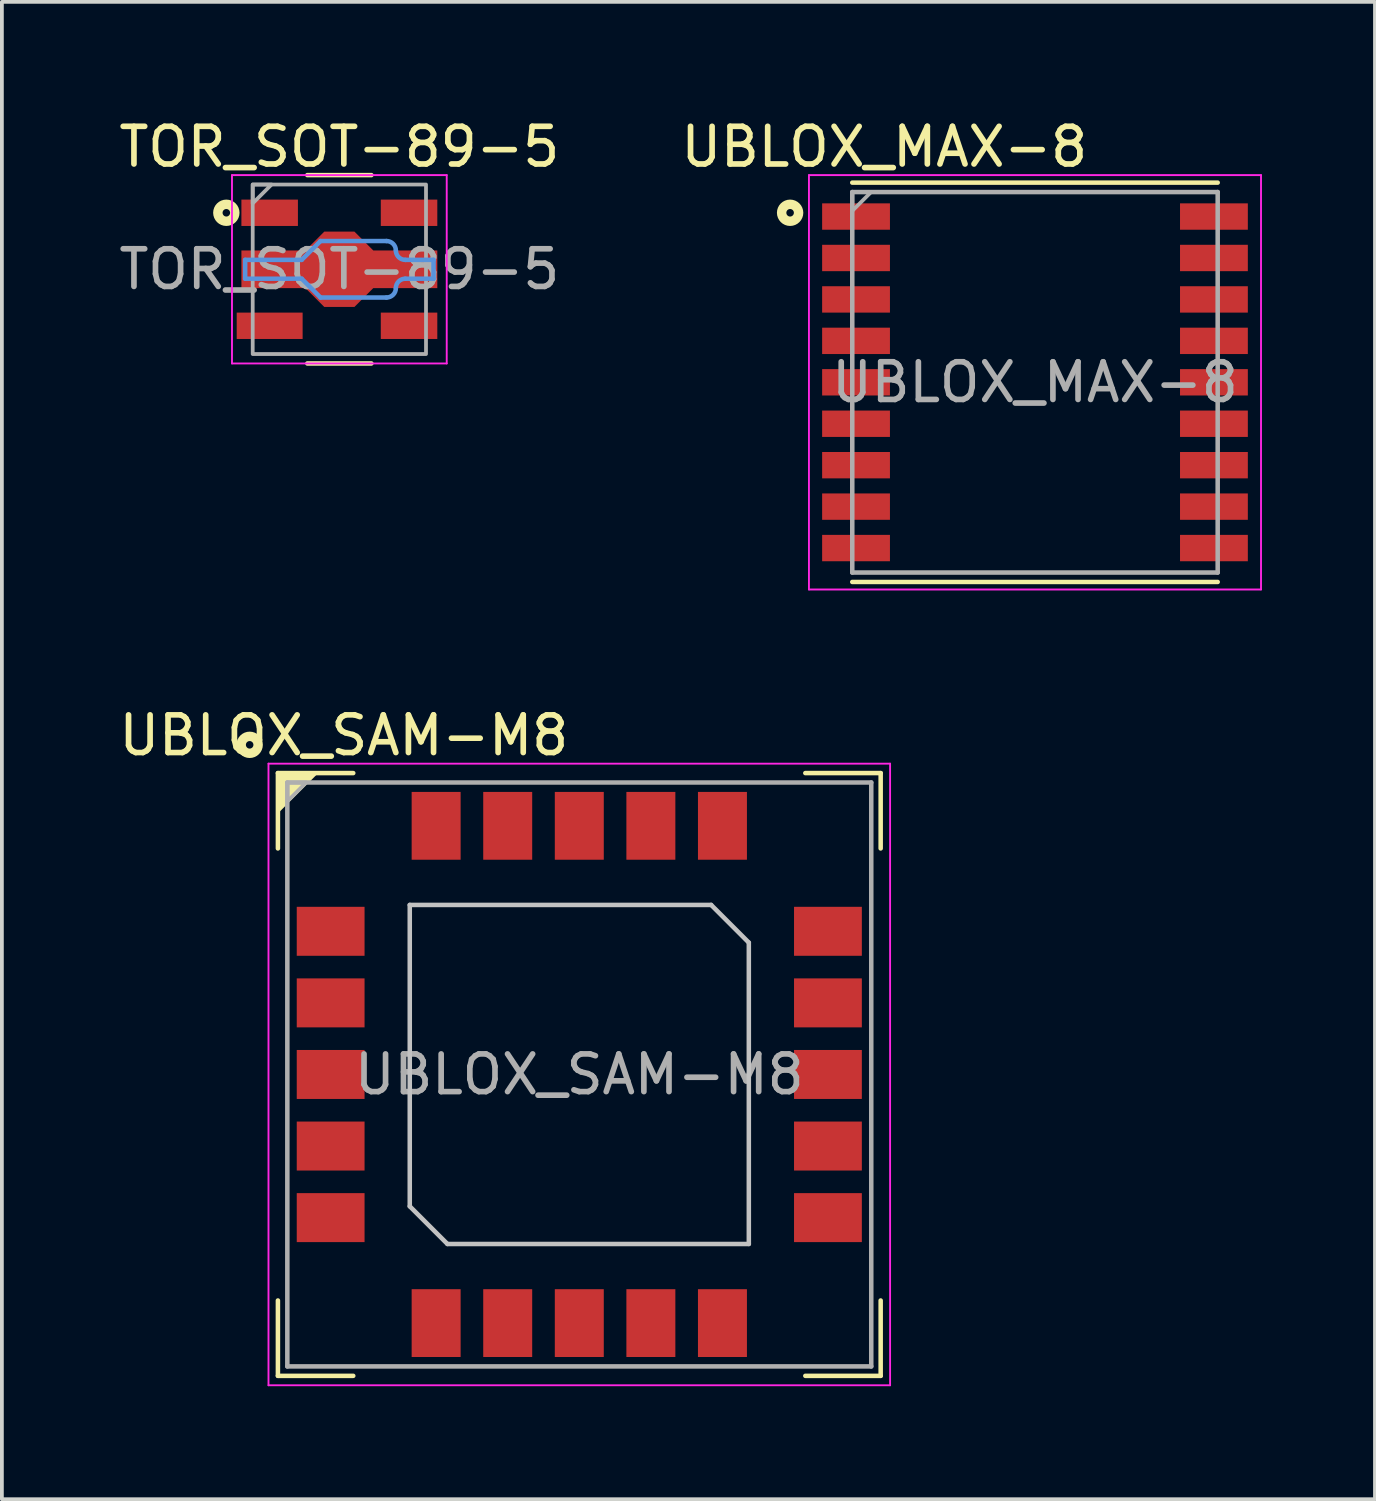
<source format=kicad_pcb>
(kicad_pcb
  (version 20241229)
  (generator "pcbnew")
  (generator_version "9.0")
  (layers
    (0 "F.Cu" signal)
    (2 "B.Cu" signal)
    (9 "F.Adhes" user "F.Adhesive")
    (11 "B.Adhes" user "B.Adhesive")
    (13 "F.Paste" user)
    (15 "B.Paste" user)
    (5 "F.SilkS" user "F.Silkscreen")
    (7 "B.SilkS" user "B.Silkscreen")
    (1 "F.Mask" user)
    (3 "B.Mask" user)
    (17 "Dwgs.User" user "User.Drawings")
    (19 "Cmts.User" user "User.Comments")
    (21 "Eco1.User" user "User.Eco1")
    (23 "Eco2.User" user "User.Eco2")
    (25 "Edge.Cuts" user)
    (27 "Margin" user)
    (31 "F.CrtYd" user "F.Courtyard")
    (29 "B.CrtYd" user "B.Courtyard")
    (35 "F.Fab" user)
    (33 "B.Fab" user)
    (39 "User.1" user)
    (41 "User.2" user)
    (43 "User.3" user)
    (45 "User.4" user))
  (footprint "TOR_SOT-89-5"
    (layer "F.Cu")
    (at 5.958 4.098)
    (property "Reference" "TOR_SOT-89-5" (at 0 -3.25 0) (unlocked yes) (layer "F.SilkS") (effects (font (size 1 1) (thickness 0.15))))
    (attr smd)
    (fp_line (start 0.85 -2.5) (end -0.85 -2.5) (stroke (width 0.12) (type solid)) (layer "F.SilkS"))
    (fp_line (start 0.85 2.5) (end -0.85 2.5) (stroke (width 0.12) (type solid)) (layer "F.SilkS"))
    (fp_circle (center -3 -1.5) (end -2.9 -1.5) (stroke (width 0.25) (type solid)) (fill no) (layer "F.SilkS"))
    (fp_line (start -2.5 -0.25) (end -2.5 0.25) (stroke (width 0.12) (type default)) (layer "Cmts.User"))
    (fp_line (start -2.5 0.25) (end -1 0.25) (stroke (width 0.12) (type default)) (layer "Cmts.User"))
    (fp_line (start -1 -0.25) (end -2.5 -0.25) (stroke (width 0.12) (type default)) (layer "Cmts.User"))
    (fp_line (start -1 0.25) (end -0.5 0.75) (stroke (width 0.12) (type default)) (layer "Cmts.User"))
    (fp_line (start -0.5 -0.75) (end -1 -0.25) (stroke (width 0.12) (type default)) (layer "Cmts.User"))
    (fp_line (start -0.5 0.75) (end 1.25 0.75) (stroke (width 0.12) (type default)) (layer "Cmts.User"))
    (fp_line (start 1.25 -0.75) (end -0.5 -0.75) (stroke (width 0.12) (type default)) (layer "Cmts.User"))
    (fp_line (start 1.75 -0.25) (end 2.5 -0.25) (stroke (width 0.12) (type default)) (layer "Cmts.User"))
    (fp_line (start 2.5 -0.25) (end 2.5 0.25) (stroke (width 0.12) (type default)) (layer "Cmts.User"))
    (fp_line (start 2.5 0.25) (end 1.75 0.25) (stroke (width 0.12) (type default)) (layer "Cmts.User"))
    (fp_arc (start 1.25 -0.75) (mid 1.426777 -0.676777) (end 1.5 -0.5) (stroke (width 0.12) (type default)) (layer "Cmts.User"))
    (fp_arc (start 1.5 0.5) (mid 1.426777 0.676777) (end 1.25 0.75) (stroke (width 0.12) (type default)) (layer "Cmts.User"))
    (fp_arc (start 1.5 0.5) (mid 1.573223 0.323223) (end 1.75 0.25) (stroke (width 0.12) (type default)) (layer "Cmts.User"))
    (fp_arc (start 1.75 -0.25) (mid 1.573223 -0.323223) (end 1.5 -0.5) (stroke (width 0.12) (type default)) (layer "Cmts.User"))
    (fp_line (start -2.85 -2.5) (end -2.85 2.5) (stroke (width 0.05) (type solid)) (layer "F.CrtYd"))
    (fp_line (start -2.85 -2.5) (end 2.85 -2.5) (stroke (width 0.05) (type solid)) (layer "F.CrtYd"))
    (fp_line (start -2.85 2.5) (end 2.85 2.5) (stroke (width 0.05) (type solid)) (layer "F.CrtYd"))
    (fp_line (start 2.85 -2.5) (end 2.85 2.5) (stroke (width 0.05) (type solid)) (layer "F.CrtYd"))
    (fp_rect (start 2.3 -2.25) (end -2.3 2.25) (stroke (width 0.1) (type solid)) (fill no) (layer "F.Fab"))
    (fp_poly (pts (xy -2.3 -1.75) (xy -2.3 -2.25) (xy -1.8 -2.25)) (stroke (width 0.1) (type solid)) (fill no) (layer "F.Fab"))
    (fp_text user "${REFERENCE}" (at 0 0 0) (unlocked yes) (layer "F.Fab") (effects (font (size 1 1) (thickness 0.15))))
    (pad "1" smd rect (at -1.85 -1.5) (size 1.5 0.7) (layers "F.Cu" "F.Mask" "F.Paste"))
    (pad "2" smd custom (at 0 0) (size 5.2 1) (layers "F.Cu" "F.Mask" "F.Paste") (options (anchor rect)) (primitives (gr_poly (pts (xy -1 -0.4) (xy -0.4 -1) (xy 0.4 -1) (xy 1 -0.4) (xy 1 0.4) (xy 0.4 1) (xy -0.4 1) (xy -1 0.4)) (width 0) (fill yes))))
    (pad "3" smd rect (at -1.85 1.5) (size 1.75 0.7) (layers "F.Cu" "F.Mask" "F.Paste"))
    (pad "4" smd rect (at 1.85 1.5) (size 1.5 0.7) (layers "F.Cu" "F.Mask" "F.Paste"))
    (pad "5" smd rect (at 1.85 -1.5) (size 1.5 0.7) (layers "F.Cu" "F.Mask" "F.Paste")))
  (footprint "UBLOX_SAM-M8"
    (layer "F.Cu")
    (at 12.327 25.471)
    (property "Reference" "UBLOX_SAM-M8" (at -6.25 -9 0) (unlocked yes) (layer "F.SilkS") (effects (font (size 1 1) (thickness 0.15))))
    (attr smd)
    (fp_line (start -8 -8) (end -6 -8) (stroke (width 0.12) (type solid)) (layer "F.SilkS"))
    (fp_line (start -8 -6) (end -8 -8) (stroke (width 0.12) (type solid)) (layer "F.SilkS"))
    (fp_line (start -8 8) (end -8 6) (stroke (width 0.12) (type solid)) (layer "F.SilkS"))
    (fp_line (start -6 8) (end -8 8) (stroke (width 0.12) (type solid)) (layer "F.SilkS"))
    (fp_line (start 8 -8) (end 6 -8) (stroke (width 0.12) (type solid)) (layer "F.SilkS"))
    (fp_line (start 8 -8) (end 8 -6) (stroke (width 0.12) (type solid)) (layer "F.SilkS"))
    (fp_line (start 8 6) (end 8 8) (stroke (width 0.12) (type solid)) (layer "F.SilkS"))
    (fp_line (start 8 8) (end 6 8) (stroke (width 0.12) (type solid)) (layer "F.SilkS"))
    (fp_circle (center -8.75 -8.75) (end -8.65 -8.75) (stroke (width 0.25) (type solid)) (fill no) (layer "F.SilkS"))
    (fp_poly (pts (xy -8 -7) (xy -8 -8) (xy -7 -8)) (stroke (width 0.1) (type solid)) (fill yes) (layer "F.SilkS"))
    (fp_line (start -4.5 -4.5) (end 3.5 -4.5) (stroke (width 0.12) (type solid)) (layer "Dwgs.User"))
    (fp_line (start -4.5 3.5) (end -4.5 -4.5) (stroke (width 0.12) (type solid)) (layer "Dwgs.User"))
    (fp_line (start -3.5 4.5) (end -4.5 3.5) (stroke (width 0.12) (type solid)) (layer "Dwgs.User"))
    (fp_line (start 3.5 -4.5) (end 4.5 -3.5) (stroke (width 0.12) (type solid)) (layer "Dwgs.User"))
    (fp_line (start 4.5 -3.5) (end 4.5 4.5) (stroke (width 0.12) (type solid)) (layer "Dwgs.User"))
    (fp_line (start 4.5 4.5) (end -3.5 4.5) (stroke (width 0.12) (type solid)) (layer "Dwgs.User"))
    (fp_line (start -8.25 8.25) (end -8.25 -8.25) (stroke (width 0.05) (type solid)) (layer "F.CrtYd"))
    (fp_line (start 8.25 -8.25) (end -8.25 -8.25) (stroke (width 0.05) (type solid)) (layer "F.CrtYd"))
    (fp_line (start 8.25 8.25) (end -8.25 8.25) (stroke (width 0.05) (type solid)) (layer "F.CrtYd"))
    (fp_line (start 8.25 8.25) (end 8.25 -8.25) (stroke (width 0.05) (type solid)) (layer "F.CrtYd"))
    (fp_line (start -7.75 -7.75) (end -7.75 7.75) (stroke (width 0.12) (type solid)) (layer "F.Fab"))
    (fp_line (start 7.75 -7.75) (end -7.75 -7.75) (stroke (width 0.12) (type solid)) (layer "F.Fab"))
    (fp_line (start 7.75 -7.75) (end 7.75 7.75) (stroke (width 0.12) (type solid)) (layer "F.Fab"))
    (fp_line (start 7.75 7.75) (end -7.75 7.75) (stroke (width 0.12) (type solid)) (layer "F.Fab"))
    (fp_poly (pts (xy -7.75 -7.25) (xy -7.75 -7.75) (xy -7.25 -7.75)) (stroke (width 0.1) (type solid)) (fill no) (layer "F.Fab"))
    (fp_text user "${REFERENCE}" (at 0 0 0) (unlocked yes) (layer "F.Fab") (effects (font (size 1 1) (thickness 0.15))))
    (pad "1" smd rect (at -6.6 -3.8) (size 1.8 1.3) (layers "F.Cu" "F.Mask" "F.Paste"))
    (pad "2" smd rect (at -6.6 -1.9) (size 1.8 1.3) (layers "F.Cu" "F.Mask" "F.Paste"))
    (pad "3" smd rect (at -6.6 0) (size 1.8 1.3) (layers "F.Cu" "F.Mask" "F.Paste"))
    (pad "4" smd rect (at -6.6 1.9) (size 1.8 1.3) (layers "F.Cu" "F.Mask" "F.Paste"))
    (pad "5" smd rect (at -6.6 3.8) (size 1.8 1.3) (layers "F.Cu" "F.Mask" "F.Paste"))
    (pad "6" smd rect (at -3.8 6.6 90) (size 1.8 1.3) (layers "F.Cu" "F.Mask" "F.Paste"))
    (pad "7" smd rect (at -1.9 6.6 90) (size 1.8 1.3) (layers "F.Cu" "F.Mask" "F.Paste"))
    (pad "8" smd rect (at 0 6.6 90) (size 1.8 1.3) (layers "F.Cu" "F.Mask" "F.Paste"))
    (pad "9" smd rect (at 1.9 6.6 90) (size 1.8 1.3) (layers "F.Cu" "F.Mask" "F.Paste"))
    (pad "10" smd rect (at 3.8 6.6 90) (size 1.8 1.3) (layers "F.Cu" "F.Mask" "F.Paste"))
    (pad "11" smd rect (at 6.6 3.8) (size 1.8 1.3) (layers "F.Cu" "F.Mask" "F.Paste"))
    (pad "12" smd rect (at 6.6 1.9) (size 1.8 1.3) (layers "F.Cu" "F.Mask" "F.Paste"))
    (pad "13" smd rect (at 6.6 0) (size 1.8 1.3) (layers "F.Cu" "F.Mask" "F.Paste"))
    (pad "14" smd rect (at 6.6 -1.9) (size 1.8 1.3) (layers "F.Cu" "F.Mask" "F.Paste"))
    (pad "15" smd rect (at 6.6 -3.8) (size 1.8 1.3) (layers "F.Cu" "F.Mask" "F.Paste"))
    (pad "16" smd rect (at 3.8 -6.6 90) (size 1.8 1.3) (layers "F.Cu" "F.Mask" "F.Paste"))
    (pad "17" smd rect (at 1.9 -6.6 90) (size 1.8 1.3) (layers "F.Cu" "F.Mask" "F.Paste"))
    (pad "18" smd rect (at 0 -6.6 90) (size 1.8 1.3) (layers "F.Cu" "F.Mask" "F.Paste"))
    (pad "19" smd rect (at -1.9 -6.6 90) (size 1.8 1.3) (layers "F.Cu" "F.Mask" "F.Paste"))
    (pad "20" smd rect (at -3.8 -6.6 90) (size 1.8 1.3) (layers "F.Cu" "F.Mask" "F.Paste")))
  (footprint "UBLOX_MAX-8"
    (layer "F.Cu")
    (at 24.423 7.098)
    (property "Reference" "UBLOX_MAX-8" (at -4 -6.25 0) (unlocked yes) (layer "F.SilkS") (effects (font (size 1 1) (thickness 0.15))))
    (attr smd)
    (fp_line (start -4.85 -5.3) (end 4.85 -5.3) (stroke (width 0.12) (type solid)) (layer "F.SilkS"))
    (fp_line (start -4.85 5.3) (end 4.85 5.3) (stroke (width 0.12) (type solid)) (layer "F.SilkS"))
    (fp_circle (center -6.5 -4.5) (end -6.4 -4.5) (stroke (width 0.25) (type solid)) (fill no) (layer "F.SilkS"))
    (fp_line (start -6 5.5) (end -6 -5.5) (stroke (width 0.05) (type solid)) (layer "F.CrtYd"))
    (fp_line (start 6 -5.5) (end -6 -5.5) (stroke (width 0.05) (type solid)) (layer "F.CrtYd"))
    (fp_line (start 6 5.5) (end -6 5.5) (stroke (width 0.05) (type solid)) (layer "F.CrtYd"))
    (fp_line (start 6 5.5) (end 6 -5.5) (stroke (width 0.05) (type solid)) (layer "F.CrtYd"))
    (fp_line (start -4.85 -5.05) (end -4.85 5.05) (stroke (width 0.12) (type solid)) (layer "F.Fab"))
    (fp_line (start 4.85 -5.05) (end -4.85 -5.05) (stroke (width 0.12) (type solid)) (layer "F.Fab"))
    (fp_line (start 4.85 -5.05) (end 4.85 5.05) (stroke (width 0.12) (type solid)) (layer "F.Fab"))
    (fp_line (start 4.85 5.05) (end -4.85 5.05) (stroke (width 0.12) (type solid)) (layer "F.Fab"))
    (fp_poly (pts (xy -4.85 -4.55) (xy -4.85 -5.05) (xy -4.35 -5.05)) (stroke (width 0.1) (type solid)) (fill no) (layer "F.Fab"))
    (fp_text user "${REFERENCE}" (at 0 0 0) (unlocked yes) (layer "F.Fab") (effects (font (size 1 1) (thickness 0.15))))
    (pad "1" smd rect (at -4.75 -4.4) (size 1.8 0.7) (layers "F.Cu" "F.Mask" "F.Paste"))
    (pad "2" smd rect (at -4.75 -3.3) (size 1.8 0.7) (layers "F.Cu" "F.Mask" "F.Paste"))
    (pad "3" smd rect (at -4.75 -2.2) (size 1.8 0.7) (layers "F.Cu" "F.Mask" "F.Paste"))
    (pad "4" smd rect (at -4.75 -1.1) (size 1.8 0.7) (layers "F.Cu" "F.Mask" "F.Paste"))
    (pad "5" smd rect (at -4.75 0) (size 1.8 0.7) (layers "F.Cu" "F.Mask" "F.Paste"))
    (pad "6" smd rect (at -4.75 1.1) (size 1.8 0.7) (layers "F.Cu" "F.Mask" "F.Paste"))
    (pad "7" smd rect (at -4.75 2.2) (size 1.8 0.7) (layers "F.Cu" "F.Mask" "F.Paste"))
    (pad "8" smd rect (at -4.75 3.3) (size 1.8 0.7) (layers "F.Cu" "F.Mask" "F.Paste"))
    (pad "9" smd rect (at -4.75 4.4) (size 1.8 0.7) (layers "F.Cu" "F.Mask" "F.Paste"))
    (pad "10" smd rect (at 4.75 4.4) (size 1.8 0.7) (layers "F.Cu" "F.Mask" "F.Paste"))
    (pad "11" smd rect (at 4.75 3.3) (size 1.8 0.7) (layers "F.Cu" "F.Mask" "F.Paste"))
    (pad "12" smd rect (at 4.75 2.2) (size 1.8 0.7) (layers "F.Cu" "F.Mask" "F.Paste"))
    (pad "13" smd rect (at 4.75 1.1) (size 1.8 0.7) (layers "F.Cu" "F.Mask" "F.Paste"))
    (pad "14" smd rect (at 4.75 0) (size 1.8 0.7) (layers "F.Cu" "F.Mask" "F.Paste"))
    (pad "15" smd rect (at 4.75 -1.1) (size 1.8 0.7) (layers "F.Cu" "F.Mask" "F.Paste"))
    (pad "16" smd rect (at 4.75 -2.2) (size 1.8 0.7) (layers "F.Cu" "F.Mask" "F.Paste"))
    (pad "17" smd rect (at 4.75 -3.3) (size 1.8 0.7) (layers "F.Cu" "F.Mask" "F.Paste"))
    (pad "18" smd rect (at 4.75 -4.4) (size 1.8 0.7) (layers "F.Cu" "F.Mask" "F.Paste")))
  (gr_rect
    (start -3 -3)
    (end 33.448 36.746)
    (stroke (width 0.1) (type default))
    (fill no)
    (layer "Edge.Cuts")))
</source>
